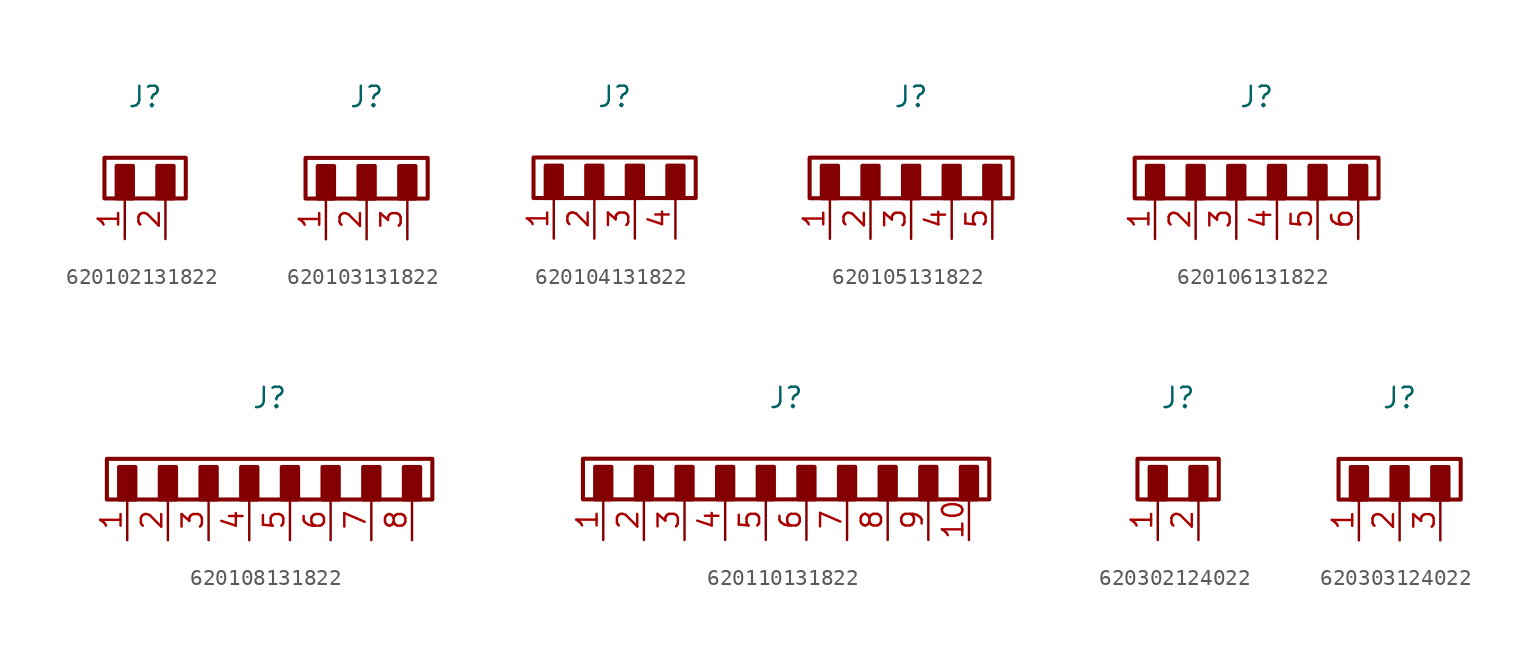
<source format=kicad_sym>
(kicad_symbol_lib
  (version 20241209)
  (generator "kicad_symbol_editor")
  (generator_version "9.0")
  (symbol "620102131822"
    (pin_names
      (hide yes))
    (property "Reference" "J"
      (at 0 5.08 0)
      (effects (font (size 1.27 1.27))))
    (symbol "620102131822_1_1"
      (rectangle (start -2.54 1.27) (end 2.54 -1.27) (stroke (width 0.254) (type solid)) (fill (type none)))
      (rectangle (start -0.762 0.762) (end -1.778 -1.27) (stroke (width 0.254) (type solid)) (fill (type outline)))
      (rectangle (start 1.778 0.762) (end 0.762 -1.27) (stroke (width 0.254) (type solid)) (fill (type outline)))
      (pin passive line (at -1.27 -3.81 90) (length 2.54) (name "1" (effects (font (size 1.27 1.27)))) (number "1" (effects (font (size 1.27 1.27)))))
      (pin passive line (at 1.27 -3.81 90) (length 2.54) (name "2" (effects (font (size 1.27 1.27)))) (number "2" (effects (font (size 1.27 1.27)))))))
  (symbol "620103131822"
    (pin_names
      (hide yes))
    (property "Reference" "J"
      (at 0 5.08 0)
      (effects (font (size 1.27 1.27))))
    (symbol "620103131822_1_1"
      (rectangle (start -3.81 1.27) (end 3.81 -1.27) (stroke (width 0.254) (type solid)) (fill (type none)))
      (rectangle (start -2.032 0.762) (end -3.048 -1.27) (stroke (width 0.254) (type solid)) (fill (type outline)))
      (rectangle (start 0.508 0.762) (end -0.508 -1.27) (stroke (width 0.254) (type solid)) (fill (type outline)))
      (rectangle (start 3.048 0.762) (end 2.032 -1.27) (stroke (width 0.254) (type solid)) (fill (type outline)))
      (pin passive line (at -2.54 -3.81 90) (length 2.54) (name "1" (effects (font (size 1.27 1.27)))) (number "1" (effects (font (size 1.27 1.27)))))
      (pin passive line (at 0 -3.81 90) (length 2.54) (name "2" (effects (font (size 1.27 1.27)))) (number "2" (effects (font (size 1.27 1.27)))))
      (pin passive line (at 2.54 -3.81 90) (length 2.54) (name "3" (effects (font (size 1.27 1.27)))) (number "3" (effects (font (size 1.27 1.27)))))))
  (symbol "620104131822"
    (pin_names
      (hide yes))
    (property "Reference" "J"
      (at 0 5.08 0)
      (effects (font (size 1.27 1.27))))
    (symbol "620104131822_1_1"
      (rectangle (start -5.08 1.27) (end 5.08 -1.27) (stroke (width 0.254) (type solid)) (fill (type none)))
      (rectangle (start -3.302 0.762) (end -4.318 -1.27) (stroke (width 0.254) (type solid)) (fill (type outline)))
      (rectangle (start -0.762 0.762) (end -1.778 -1.27) (stroke (width 0.254) (type solid)) (fill (type outline)))
      (rectangle (start 1.778 0.762) (end 0.762 -1.27) (stroke (width 0.254) (type solid)) (fill (type outline)))
      (rectangle (start 4.318 0.762) (end 3.302 -1.27) (stroke (width 0.254) (type solid)) (fill (type outline)))
      (pin passive line (at -3.81 -3.81 90) (length 2.54) (name "1" (effects (font (size 1.27 1.27)))) (number "1" (effects (font (size 1.27 1.27)))))
      (pin passive line (at -1.27 -3.81 90) (length 2.54) (name "2" (effects (font (size 1.27 1.27)))) (number "2" (effects (font (size 1.27 1.27)))))
      (pin passive line (at 1.27 -3.81 90) (length 2.54) (name "3" (effects (font (size 1.27 1.27)))) (number "3" (effects (font (size 1.27 1.27)))))
      (pin passive line (at 3.81 -3.81 90) (length 2.54) (name "4" (effects (font (size 1.27 1.27)))) (number "4" (effects (font (size 1.27 1.27)))))))
  (symbol "620105131822"
    (pin_names
      (hide yes))
    (property "Reference" "J"
      (at 0 5.08 0)
      (effects (font (size 1.27 1.27))))
    (symbol "620105131822_1_1"
      (rectangle (start -6.35 1.27) (end 6.35 -1.27) (stroke (width 0.254) (type solid)) (fill (type none)))
      (rectangle (start -4.572 0.762) (end -5.588 -1.27) (stroke (width 0.254) (type solid)) (fill (type outline)))
      (rectangle (start -2.032 0.762) (end -3.048 -1.27) (stroke (width 0.254) (type solid)) (fill (type outline)))
      (rectangle (start 0.508 0.762) (end -0.508 -1.27) (stroke (width 0.254) (type solid)) (fill (type outline)))
      (rectangle (start 3.048 0.762) (end 2.032 -1.27) (stroke (width 0.254) (type solid)) (fill (type outline)))
      (rectangle (start 5.588 0.762) (end 4.572 -1.27) (stroke (width 0.254) (type solid)) (fill (type outline)))
      (pin passive line (at -5.08 -3.81 90) (length 2.54) (name "1" (effects (font (size 1.27 1.27)))) (number "1" (effects (font (size 1.27 1.27)))))
      (pin passive line (at -2.54 -3.81 90) (length 2.54) (name "2" (effects (font (size 1.27 1.27)))) (number "2" (effects (font (size 1.27 1.27)))))
      (pin passive line (at 0 -3.81 90) (length 2.54) (name "3" (effects (font (size 1.27 1.27)))) (number "3" (effects (font (size 1.27 1.27)))))
      (pin passive line (at 2.54 -3.81 90) (length 2.54) (name "4" (effects (font (size 1.27 1.27)))) (number "4" (effects (font (size 1.27 1.27)))))
      (pin passive line (at 5.08 -3.81 90) (length 2.54) (name "5" (effects (font (size 1.27 1.27)))) (number "5" (effects (font (size 1.27 1.27)))))))
  (symbol "620106131822"
    (pin_names
      (hide yes))
    (property "Reference" "J"
      (at 0 5.08 0)
      (effects (font (size 1.27 1.27))))
    (symbol "620106131822_1_1"
      (rectangle (start -7.62 1.27) (end 7.62 -1.27) (stroke (width 0.254) (type solid)) (fill (type none)))
      (rectangle (start -5.842 0.762) (end -6.858 -1.27) (stroke (width 0.254) (type solid)) (fill (type outline)))
      (rectangle (start -3.302 0.762) (end -4.318 -1.27) (stroke (width 0.254) (type solid)) (fill (type outline)))
      (rectangle (start -0.762 0.762) (end -1.778 -1.27) (stroke (width 0.254) (type solid)) (fill (type outline)))
      (rectangle (start 1.778 0.762) (end 0.762 -1.27) (stroke (width 0.254) (type solid)) (fill (type outline)))
      (rectangle (start 4.318 0.762) (end 3.302 -1.27) (stroke (width 0.254) (type solid)) (fill (type outline)))
      (rectangle (start 6.858 0.762) (end 5.842 -1.27) (stroke (width 0.254) (type solid)) (fill (type outline)))
      (pin passive line (at -6.35 -3.81 90) (length 2.54) (name "1" (effects (font (size 1.27 1.27)))) (number "1" (effects (font (size 1.27 1.27)))))
      (pin passive line (at -3.81 -3.81 90) (length 2.54) (name "2" (effects (font (size 1.27 1.27)))) (number "2" (effects (font (size 1.27 1.27)))))
      (pin passive line (at -1.27 -3.81 90) (length 2.54) (name "3" (effects (font (size 1.27 1.27)))) (number "3" (effects (font (size 1.27 1.27)))))
      (pin passive line (at 1.27 -3.81 90) (length 2.54) (name "4" (effects (font (size 1.27 1.27)))) (number "4" (effects (font (size 1.27 1.27)))))
      (pin passive line (at 3.81 -3.81 90) (length 2.54) (name "5" (effects (font (size 1.27 1.27)))) (number "5" (effects (font (size 1.27 1.27)))))
      (pin passive line (at 6.35 -3.81 90) (length 2.54) (name "6" (effects (font (size 1.27 1.27)))) (number "6" (effects (font (size 1.27 1.27)))))))
  (symbol "620108131822"
    (pin_names
      (hide yes))
    (property "Reference" "J"
      (at 0 5.08 0)
      (effects (font (size 1.27 1.27))))
    (symbol "620108131822_1_1"
      (rectangle (start -10.16 1.27) (end 10.16 -1.27) (stroke (width 0.254) (type solid)) (fill (type none)))
      (rectangle (start -8.382 0.762) (end -9.398 -1.27) (stroke (width 0.254) (type solid)) (fill (type outline)))
      (rectangle (start -5.842 0.762) (end -6.858 -1.27) (stroke (width 0.254) (type solid)) (fill (type outline)))
      (rectangle (start -3.302 0.762) (end -4.318 -1.27) (stroke (width 0.254) (type solid)) (fill (type outline)))
      (rectangle (start -0.762 0.762) (end -1.778 -1.27) (stroke (width 0.254) (type solid)) (fill (type outline)))
      (rectangle (start 1.778 0.762) (end 0.762 -1.27) (stroke (width 0.254) (type solid)) (fill (type outline)))
      (rectangle (start 4.318 0.762) (end 3.302 -1.27) (stroke (width 0.254) (type solid)) (fill (type outline)))
      (rectangle (start 6.858 0.762) (end 5.842 -1.27) (stroke (width 0.254) (type solid)) (fill (type outline)))
      (rectangle (start 9.398 0.762) (end 8.382 -1.27) (stroke (width 0.254) (type solid)) (fill (type outline)))
      (pin passive line (at -8.89 -3.81 90) (length 2.54) (name "1" (effects (font (size 1.27 1.27)))) (number "1" (effects (font (size 1.27 1.27)))))
      (pin passive line (at -6.35 -3.81 90) (length 2.54) (name "2" (effects (font (size 1.27 1.27)))) (number "2" (effects (font (size 1.27 1.27)))))
      (pin passive line (at -3.81 -3.81 90) (length 2.54) (name "3" (effects (font (size 1.27 1.27)))) (number "3" (effects (font (size 1.27 1.27)))))
      (pin passive line (at -1.27 -3.81 90) (length 2.54) (name "4" (effects (font (size 1.27 1.27)))) (number "4" (effects (font (size 1.27 1.27)))))
      (pin passive line (at 1.27 -3.81 90) (length 2.54) (name "5" (effects (font (size 1.27 1.27)))) (number "5" (effects (font (size 1.27 1.27)))))
      (pin passive line (at 3.81 -3.81 90) (length 2.54) (name "6" (effects (font (size 1.27 1.27)))) (number "6" (effects (font (size 1.27 1.27)))))
      (pin passive line (at 6.35 -3.81 90) (length 2.54) (name "7" (effects (font (size 1.27 1.27)))) (number "7" (effects (font (size 1.27 1.27)))))
      (pin passive line (at 8.89 -3.81 90) (length 2.54) (name "8" (effects (font (size 1.27 1.27)))) (number "8" (effects (font (size 1.27 1.27)))))))
  (symbol "620110131822"
    (pin_names
      (hide yes))
    (property "Reference" "J"
      (at 0 5.08 0)
      (effects (font (size 1.27 1.27))))
    (symbol "620110131822_1_1"
      (rectangle (start -12.7 1.27) (end 12.7 -1.27) (stroke (width 0.254) (type solid)) (fill (type none)))
      (rectangle (start -10.922 0.762) (end -11.938 -1.27) (stroke (width 0.254) (type solid)) (fill (type outline)))
      (rectangle (start -8.382 0.762) (end -9.398 -1.27) (stroke (width 0.254) (type solid)) (fill (type outline)))
      (rectangle (start -5.842 0.762) (end -6.858 -1.27) (stroke (width 0.254) (type solid)) (fill (type outline)))
      (rectangle (start -3.302 0.762) (end -4.318 -1.27) (stroke (width 0.254) (type solid)) (fill (type outline)))
      (rectangle (start -0.762 0.762) (end -1.778 -1.27) (stroke (width 0.254) (type solid)) (fill (type outline)))
      (rectangle (start 1.778 0.762) (end 0.762 -1.27) (stroke (width 0.254) (type solid)) (fill (type outline)))
      (rectangle (start 4.318 0.762) (end 3.302 -1.27) (stroke (width 0.254) (type solid)) (fill (type outline)))
      (rectangle (start 6.858 0.762) (end 5.842 -1.27) (stroke (width 0.254) (type solid)) (fill (type outline)))
      (rectangle (start 9.398 0.762) (end 8.382 -1.27) (stroke (width 0.254) (type solid)) (fill (type outline)))
      (rectangle (start 11.938 0.762) (end 10.922 -1.27) (stroke (width 0.254) (type solid)) (fill (type outline)))
      (pin passive line (at -11.43 -3.81 90) (length 2.54) (name "1" (effects (font (size 1.27 1.27)))) (number "1" (effects (font (size 1.27 1.27)))))
      (pin passive line (at -8.89 -3.81 90) (length 2.54) (name "2" (effects (font (size 1.27 1.27)))) (number "2" (effects (font (size 1.27 1.27)))))
      (pin passive line (at -6.35 -3.81 90) (length 2.54) (name "3" (effects (font (size 1.27 1.27)))) (number "3" (effects (font (size 1.27 1.27)))))
      (pin passive line (at -3.81 -3.81 90) (length 2.54) (name "4" (effects (font (size 1.27 1.27)))) (number "4" (effects (font (size 1.27 1.27)))))
      (pin passive line (at -1.27 -3.81 90) (length 2.54) (name "5" (effects (font (size 1.27 1.27)))) (number "5" (effects (font (size 1.27 1.27)))))
      (pin passive line (at 1.27 -3.81 90) (length 2.54) (name "6" (effects (font (size 1.27 1.27)))) (number "6" (effects (font (size 1.27 1.27)))))
      (pin passive line (at 3.81 -3.81 90) (length 2.54) (name "7" (effects (font (size 1.27 1.27)))) (number "7" (effects (font (size 1.27 1.27)))))
      (pin passive line (at 6.35 -3.81 90) (length 2.54) (name "8" (effects (font (size 1.27 1.27)))) (number "8" (effects (font (size 1.27 1.27)))))
      (pin passive line (at 8.89 -3.81 90) (length 2.54) (name "9" (effects (font (size 1.27 1.27)))) (number "9" (effects (font (size 1.27 1.27)))))
      (pin passive line (at 11.43 -3.81 90) (length 2.54) (name "10" (effects (font (size 1.27 1.27)))) (number "10" (effects (font (size 1.27 1.27)))))))
  (symbol "620302124022"
    (pin_names
      (hide yes))
    (property "Reference" "J"
      (at 0 5.08 0)
      (effects (font (size 1.27 1.27))))
    (symbol "620302124022_1_1"
      (rectangle (start -2.54 1.27) (end 2.54 -1.27) (stroke (width 0.254) (type solid)) (fill (type none)))
      (rectangle (start -0.762 0.762) (end -1.778 -1.27) (stroke (width 0.254) (type solid)) (fill (type outline)))
      (rectangle (start 1.778 0.762) (end 0.762 -1.27) (stroke (width 0.254) (type solid)) (fill (type outline)))
      (pin passive line (at -1.27 -3.81 90) (length 2.54) (name "1" (effects (font (size 1.27 1.27)))) (number "1" (effects (font (size 1.27 1.27)))))
      (pin passive line (at 1.27 -3.81 90) (length 2.54) (name "2" (effects (font (size 1.27 1.27)))) (number "2" (effects (font (size 1.27 1.27)))))))
  (symbol "620303124022"
    (pin_names
      (hide yes))
    (property "Reference" "J"
      (at 0 5.08 0)
      (effects (font (size 1.27 1.27))))
    (symbol "620303124022_1_1"
      (rectangle (start -3.81 1.27) (end 3.81 -1.27) (stroke (width 0.254) (type solid)) (fill (type none)))
      (rectangle (start -2.032 0.762) (end -3.048 -1.27) (stroke (width 0.254) (type solid)) (fill (type outline)))
      (rectangle (start 0.508 0.762) (end -0.508 -1.27) (stroke (width 0.254) (type solid)) (fill (type outline)))
      (rectangle (start 3.048 0.762) (end 2.032 -1.27) (stroke (width 0.254) (type solid)) (fill (type outline)))
      (pin passive line (at -2.54 -3.81 90) (length 2.54) (name "1" (effects (font (size 1.27 1.27)))) (number "1" (effects (font (size 1.27 1.27)))))
      (pin passive line (at 0 -3.81 90) (length 2.54) (name "2" (effects (font (size 1.27 1.27)))) (number "2" (effects (font (size 1.27 1.27)))))
      (pin passive line (at 2.54 -3.81 90) (length 2.54) (name "3" (effects (font (size 1.27 1.27)))) (number "3" (effects (font (size 1.27 1.27))))))))
</source>
